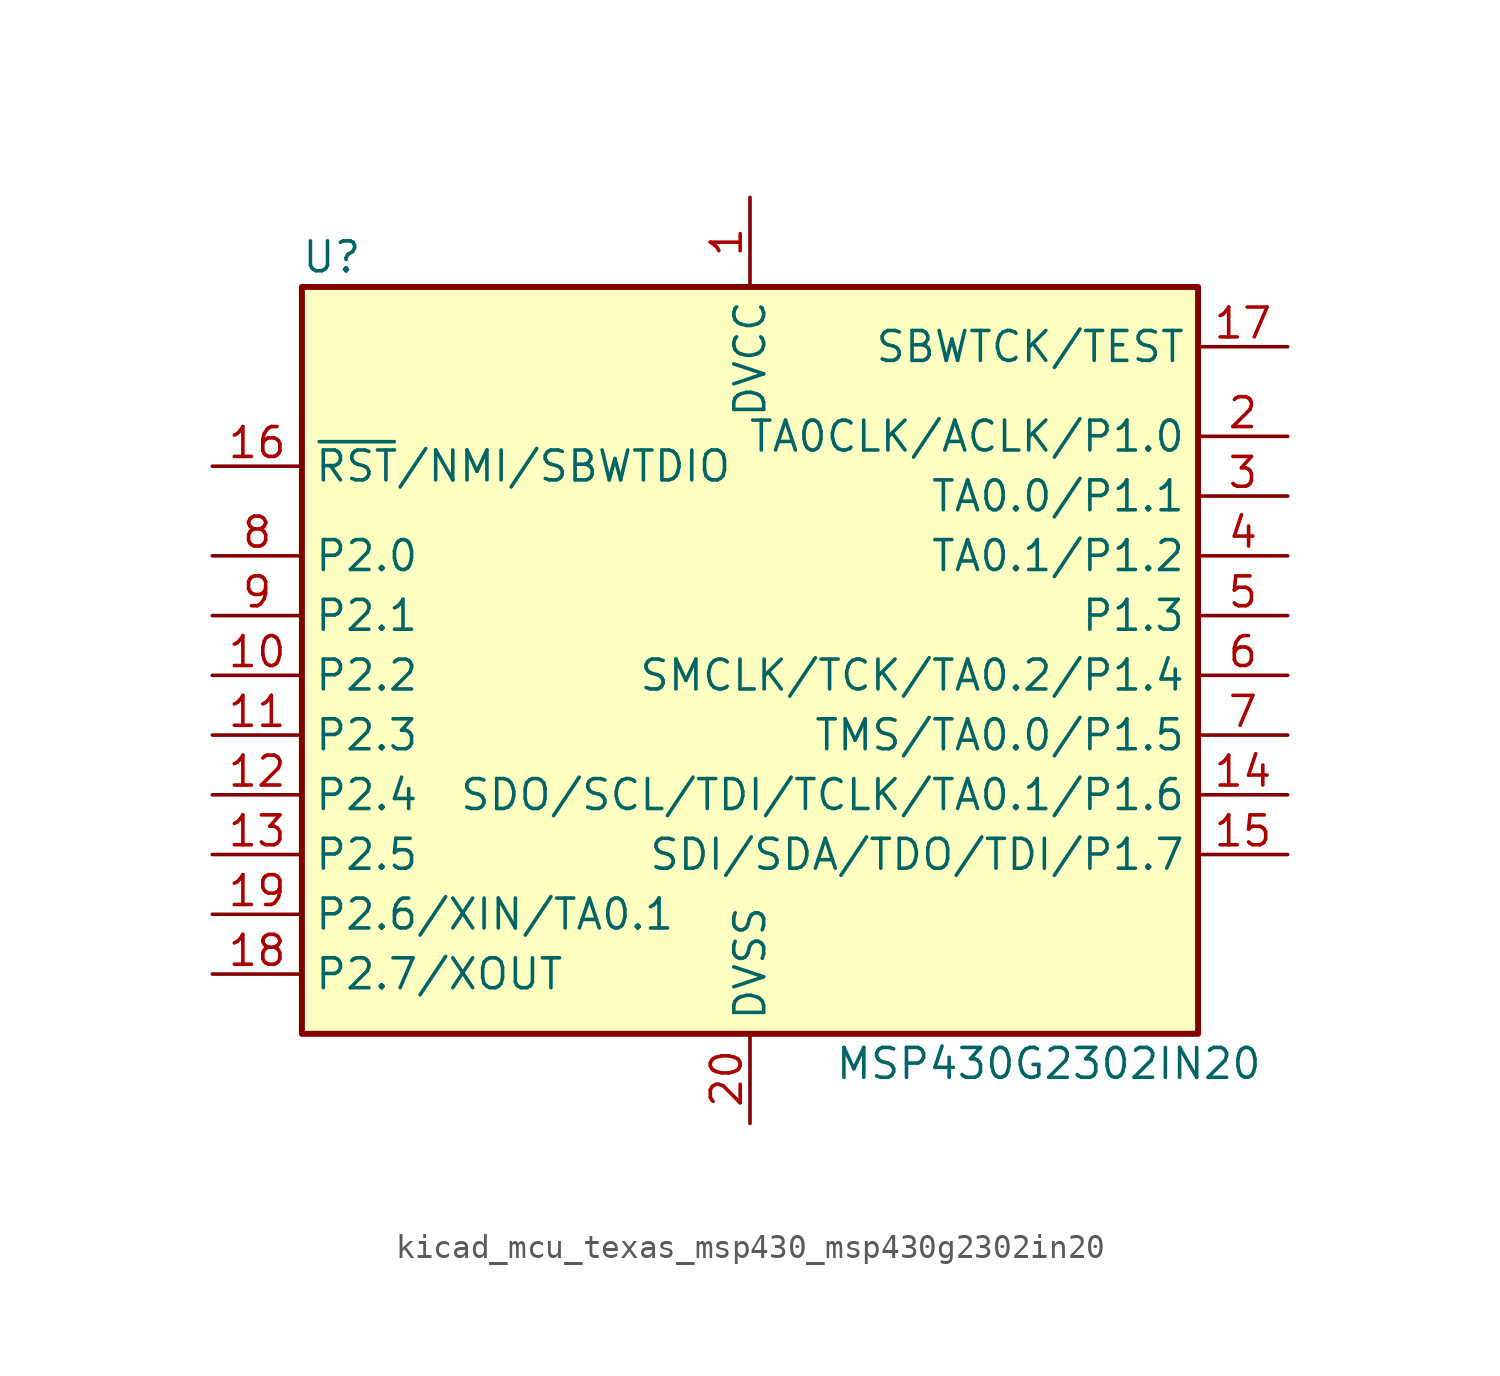
<source format=kicad_sym>
(kicad_symbol_lib
  (version 20220914)
  (generator kicad_symbol_editor)
  (symbol "kicad_mcu_texas_msp430_msp430g2302in20"
    (property "Reference" "U"
      (at -17.78 17.78 0)
      (effects (font (size 1.27 1.27))))
    (property "Value" "MSP430G2302IN20"
      (at 12.7 -16.51 0)
      (effects (font (size 1.27 1.27))))
    (symbol "kicad_mcu_texas_msp430_msp430g2302in20_0_1"
      (rectangle (start -19.05 16.51) (end 19.05 -15.24) (stroke (width 0.254) (type default)) (fill (type background))))
    (symbol "kicad_mcu_texas_msp430_msp430g2302in20_1_1"
      (pin power_in line (at 0 20.32 270) (length 3.81) (name "DVCC" (effects (font (size 1.27 1.27)))) (number "1" (effects (font (size 1.27 1.27)))))
      (pin bidirectional line (at -22.86 0 0) (length 3.81) (name "P2.2" (effects (font (size 1.27 1.27)))) (number "10" (effects (font (size 1.27 1.27)))))
      (pin bidirectional line (at -22.86 -2.54 0) (length 3.81) (name "P2.3" (effects (font (size 1.27 1.27)))) (number "11" (effects (font (size 1.27 1.27)))))
      (pin bidirectional line (at -22.86 -5.08 0) (length 3.81) (name "P2.4" (effects (font (size 1.27 1.27)))) (number "12" (effects (font (size 1.27 1.27)))))
      (pin bidirectional line (at -22.86 -7.62 0) (length 3.81) (name "P2.5" (effects (font (size 1.27 1.27)))) (number "13" (effects (font (size 1.27 1.27)))))
      (pin bidirectional line (at 22.86 -5.08 180) (length 3.81) (name "SDO/SCL/TDI/TCLK/TA0.1/P1.6" (effects (font (size 1.27 1.27)))) (number "14" (effects (font (size 1.27 1.27)))))
      (pin bidirectional line (at 22.86 -7.62 180) (length 3.81) (name "SDI/SDA/TDO/TDI/P1.7" (effects (font (size 1.27 1.27)))) (number "15" (effects (font (size 1.27 1.27)))))
      (pin input line (at -22.86 8.89 0) (length 3.81) (name "~{RST}/NMI/SBWTDIO" (effects (font (size 1.27 1.27)))) (number "16" (effects (font (size 1.27 1.27)))))
      (pin input line (at 22.86 13.97 180) (length 3.81) (name "SBWTCK/TEST" (effects (font (size 1.27 1.27)))) (number "17" (effects (font (size 1.27 1.27)))))
      (pin bidirectional line (at -22.86 -12.7 0) (length 3.81) (name "P2.7/XOUT" (effects (font (size 1.27 1.27)))) (number "18" (effects (font (size 1.27 1.27)))))
      (pin bidirectional line (at -22.86 -10.16 0) (length 3.81) (name "P2.6/XIN/TA0.1" (effects (font (size 1.27 1.27)))) (number "19" (effects (font (size 1.27 1.27)))))
      (pin bidirectional line (at 22.86 10.16 180) (length 3.81) (name "TA0CLK/ACLK/P1.0" (effects (font (size 1.27 1.27)))) (number "2" (effects (font (size 1.27 1.27)))))
      (pin power_in line (at 0 -19.05 90) (length 3.81) (name "DVSS" (effects (font (size 1.27 1.27)))) (number "20" (effects (font (size 1.27 1.27)))))
      (pin bidirectional line (at 22.86 7.62 180) (length 3.81) (name "TA0.0/P1.1" (effects (font (size 1.27 1.27)))) (number "3" (effects (font (size 1.27 1.27)))))
      (pin bidirectional line (at 22.86 5.08 180) (length 3.81) (name "TA0.1/P1.2" (effects (font (size 1.27 1.27)))) (number "4" (effects (font (size 1.27 1.27)))))
      (pin bidirectional line (at 22.86 2.54 180) (length 3.81) (name "P1.3" (effects (font (size 1.27 1.27)))) (number "5" (effects (font (size 1.27 1.27)))))
      (pin bidirectional line (at 22.86 0 180) (length 3.81) (name "SMCLK/TCK/TA0.2/P1.4" (effects (font (size 1.27 1.27)))) (number "6" (effects (font (size 1.27 1.27)))))
      (pin bidirectional line (at 22.86 -2.54 180) (length 3.81) (name "TMS/TA0.0/P1.5" (effects (font (size 1.27 1.27)))) (number "7" (effects (font (size 1.27 1.27)))))
      (pin bidirectional line (at -22.86 5.08 0) (length 3.81) (name "P2.0" (effects (font (size 1.27 1.27)))) (number "8" (effects (font (size 1.27 1.27)))))
      (pin bidirectional line (at -22.86 2.54 0) (length 3.81) (name "P2.1" (effects (font (size 1.27 1.27)))) (number "9" (effects (font (size 1.27 1.27))))))))
</source>
